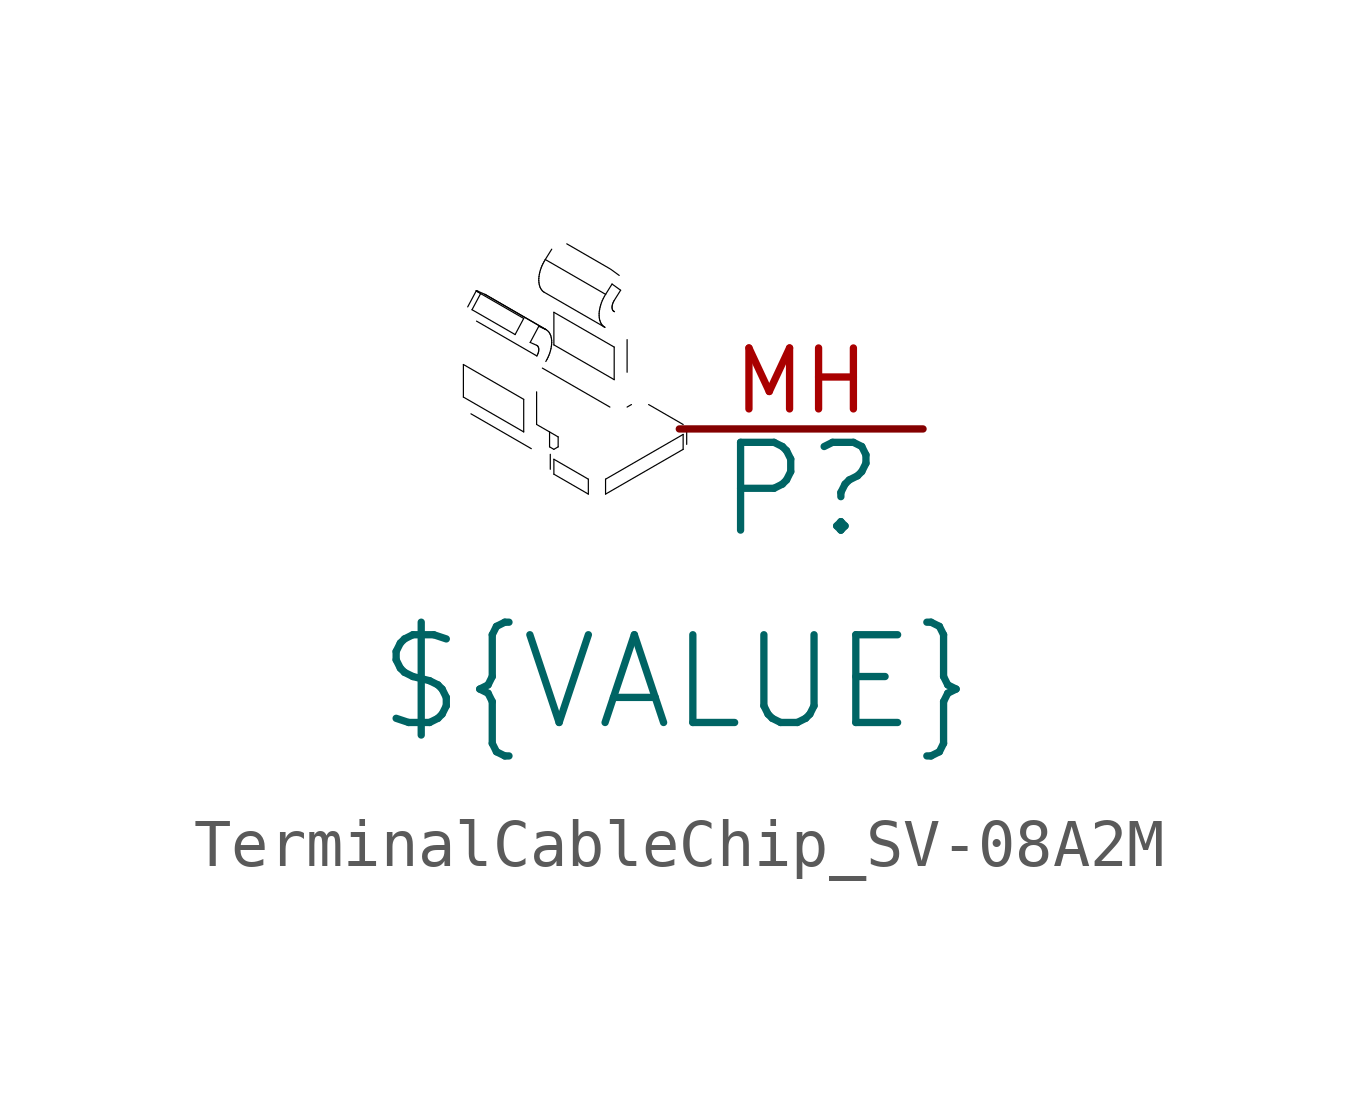
<source format=kicad_sym>
(kicad_symbol_lib
  (version 20241209)
  (generator "kicad_symbol_editor")
  (generator_version "9.0")
  (symbol "TerminalCableChip_SV-08A2M"
    (pin_names
      (hide yes))
    (property "Reference" "P"
      (at 2.54 -1.27 0)
      (effects (font (size 1.829 1.829))))
    (property "Value" "${VALUE}"
      (at -6.35 -6.35 0)
      (effects (font (size 1.829 1.829)) (justify left bottom)))
    (symbol "TerminalCableChip_SV-08A2M_1_0"
      (polyline (pts (xy -4.5 1.343) (xy -3.243 0.617)) (stroke (width 0.025) (type solid) (color 0 0 0 1)) (fill (type none)))
      (polyline (pts (xy -4.5 0.664) (xy -4.5 1.343)) (stroke (width 0.025) (type solid) (color 0 0 0 1)) (fill (type none)))
      (polyline (pts (xy -4.5 0.664) (xy -3.243 -0.062)) (stroke (width 0.025) (type solid) (color 0 0 0 1)) (fill (type none)))
      (arc (start -4.1881 2.4092) (mid -4.1921 2.3245) (end -4.2257 2.2467) (stroke (width -0.0001) (type solid) (color 0 0 0 1)) (fill (type none)))
      (polyline (pts (xy -4.342 0.315) (xy -3.085 -0.411)) (stroke (width 0.025) (type solid) (color 0 0 0 1)) (fill (type none)))
      (polyline (pts (xy -4.32 2.485) (xy -4.141 2.821)) (stroke (width 0.025) (type solid) (color 0 0 0 1)) (fill (type none)))
      (polyline (pts (xy -4.32 2.485) (xy -3.422 1.967)) (stroke (width 0.025) (type solid) (color 0 0 0 1)) (fill (type none)))
      (polyline (pts (xy -4.231 2.88) (xy -4.41 2.544)) (stroke (width 0.025) (type solid) (color 0 0 0 1)) (fill (type none)))
      (polyline (pts (xy -4.231 2.88) (xy -4.229 2.877)) (stroke (width 0.025) (type solid) (color 0 0 0 1)) (fill (type none)))
      (polyline (pts (xy -4.229 2.881) (xy -4.231 2.88)) (stroke (width 0.025) (type solid) (color 0 0 0 1)) (fill (type none)))
      (polyline (pts (xy -4.229 2.877) (xy -4.223 2.872)) (stroke (width 0.025) (type solid) (color 0 0 0 1)) (fill (type none)))
      (polyline (pts (xy -4.226 2.247) (xy -2.969 1.521)) (stroke (width 0.025) (type solid) (color 0 0 0 1)) (fill (type none)))
      (polyline (pts (xy -4.224 2.88) (xy -4.229 2.881)) (stroke (width 0.025) (type solid) (color 0 0 0 1)) (fill (type none)))
      (polyline (pts (xy -4.223 2.872) (xy -4.213 2.865)) (stroke (width 0.025) (type solid) (color 0 0 0 1)) (fill (type none)))
      (polyline (pts (xy -4.215 2.877) (xy -4.224 2.88)) (stroke (width 0.025) (type solid) (color 0 0 0 1)) (fill (type none)))
      (polyline (pts (xy -4.213 2.865) (xy -4.2 2.856)) (stroke (width 0.025) (type solid) (color 0 0 0 1)) (fill (type none)))
      (polyline (pts (xy -4.202 2.872) (xy -4.215 2.877)) (stroke (width 0.025) (type solid) (color 0 0 0 1)) (fill (type none)))
      (polyline (pts (xy -4.2 2.856) (xy -4.183 2.846)) (stroke (width 0.025) (type solid) (color 0 0 0 1)) (fill (type none)))
      (polyline (pts (xy -4.186 2.865) (xy -4.202 2.872)) (stroke (width 0.025) (type solid) (color 0 0 0 1)) (fill (type none)))
      (polyline (pts (xy -4.186 2.865) (xy -4.052 2.805)) (stroke (width 0.025) (type solid) (color 0 0 0 1)) (fill (type none)))
      (polyline (pts (xy -4.183 2.846) (xy -4.163 2.834)) (stroke (width 0.025) (type solid) (color 0 0 0 1)) (fill (type none)))
      (arc (start -4.3196 2.485) (mid -4.3669 2.5112) (end -4.4096 2.5443) (stroke (width -0.0001) (type solid) (color 0 0 0 1)) (fill (type none)))
      (polyline (pts (xy -4.163 2.834) (xy -4.141 2.821)) (stroke (width 0.025) (type solid) (color 0 0 0 1)) (fill (type none)))
      (polyline (pts (xy -4.141 2.821) (xy -3.243 2.303)) (stroke (width 0.025) (type solid) (color 0 0 0 1)) (fill (type none)))
      (arc (start -4.3416 0.315) (mid -4.4666 0.4684) (end -4.4994 0.6636) (stroke (width -0.0001) (type solid) (color 0 0 0 1)) (fill (type none)))
      (polyline (pts (xy -4.052 2.805) (xy -4.034 2.796)) (stroke (width 0.025) (type solid) (color 0 0 0 1)) (fill (type none)))
      (polyline (pts (xy -4.052 2.805) (xy -2.795 2.079)) (stroke (width 0.025) (type solid) (color 0 0 0 1)) (fill (type none)))
      (polyline (pts (xy -3.243 2.303) (xy -3.422 1.967)) (stroke (width 0.025) (type solid) (color 0 0 0 1)) (fill (type none)))
      (polyline (pts (xy -3.243 -0.062) (xy -3.243 0.617)) (stroke (width 0.025) (type solid) (color 0 0 0 1)) (fill (type none)))
      (arc (start -2.6147 1.7524) (mid -2.6759 1.5176) (end -2.8259 1.3268) (stroke (width -0.0001) (type solid) (color 0 0 0 1)) (fill (type none)))
      (arc (start -2.7891 2.8324) (mid -2.6488 2.6548) (end -2.6145 2.4311) (stroke (width -0.0001) (type solid) (color 0 0 0 1)) (fill (type none)))
      (polyline (pts (xy -2.974 0.773) (xy -2.974 0.094)) (stroke (width 0.025) (type solid) (color 0 0 0 1)) (fill (type none)))
      (polyline (pts (xy -2.974 0.093) (xy -2.525 -0.166)) (stroke (width 0.025) (type solid) (color 0 0 0 1)) (fill (type none)))
      (polyline (pts (xy -2.973 1.743) (xy -3.108 1.803)) (stroke (width 0.025) (type solid) (color 0 0 0 1)) (fill (type none)))
      (polyline (pts (xy -2.969 1.521) (xy -2.956 1.546)) (stroke (width 0.025) (type solid) (color 0 0 0 1)) (fill (type none)))
      (polyline (pts (xy -2.959 1.735) (xy -2.973 1.743)) (stroke (width 0.025) (type solid) (color 0 0 0 1)) (fill (type none)))
      (polyline (pts (xy -2.956 1.546) (xy -2.945 1.571)) (stroke (width 0.025) (type solid) (color 0 0 0 1)) (fill (type none)))
      (polyline (pts (xy -2.948 1.723) (xy -2.959 1.735)) (stroke (width 0.025) (type solid) (color 0 0 0 1)) (fill (type none)))
      (polyline (pts (xy -2.945 1.571) (xy -2.937 1.597)) (stroke (width 0.025) (type solid) (color 0 0 0 1)) (fill (type none)))
      (polyline (pts (xy -2.939 1.707) (xy -2.948 1.723)) (stroke (width 0.025) (type solid) (color 0 0 0 1)) (fill (type none)))
      (polyline (pts (xy -2.937 1.597) (xy -2.931 1.622)) (stroke (width 0.025) (type solid) (color 0 0 0 1)) (fill (type none)))
      (polyline (pts (xy -2.933 1.689) (xy -2.939 1.707)) (stroke (width 0.025) (type solid) (color 0 0 0 1)) (fill (type none)))
      (polyline (pts (xy -2.931 1.622) (xy -2.929 1.646)) (stroke (width 0.025) (type solid) (color 0 0 0 1)) (fill (type none)))
      (polyline (pts (xy -2.929 3.096) (xy -2.928 3.136)) (stroke (width 0.025) (type solid) (color 0 0 0 1)) (fill (type none)))
      (polyline (pts (xy -2.929 2.139) (xy -3.108 1.803)) (stroke (width 0.025) (type solid) (color 0 0 0 1)) (fill (type none)))
      (polyline (pts (xy -2.929 2.139) (xy -2.795 2.079)) (stroke (width 0.025) (type solid) (color 0 0 0 1)) (fill (type none)))
      (polyline (pts (xy -2.929 1.669) (xy -2.933 1.689)) (stroke (width 0.025) (type solid) (color 0 0 0 1)) (fill (type none)))
      (polyline (pts (xy -2.929 1.646) (xy -2.929 1.669)) (stroke (width 0.025) (type solid) (color 0 0 0 1)) (fill (type none)))
      (polyline (pts (xy -2.928 3.136) (xy -2.924 3.178)) (stroke (width 0.025) (type solid) (color 0 0 0 1)) (fill (type none)))
      (polyline (pts (xy -2.926 3.057) (xy -2.929 3.096)) (stroke (width 0.025) (type solid) (color 0 0 0 1)) (fill (type none)))
      (polyline (pts (xy -2.924 3.178) (xy -2.917 3.222)) (stroke (width 0.025) (type solid) (color 0 0 0 1)) (fill (type none)))
      (polyline (pts (xy -2.921 3.02) (xy -2.926 3.057)) (stroke (width 0.025) (type solid) (color 0 0 0 1)) (fill (type none)))
      (polyline (pts (xy -2.917 3.222) (xy -2.908 3.266)) (stroke (width 0.025) (type solid) (color 0 0 0 1)) (fill (type none)))
      (arc (start -2.7045 -0.3729) (mid -3.0806 -0.4024) (end -3.2429 -0.0618) (stroke (width -0.0001) (type solid) (color 0 0 0 1)) (fill (type none)))
      (polyline (pts (xy -2.913 2.986) (xy -2.921 3.02)) (stroke (width 0.025) (type solid) (color 0 0 0 1)) (fill (type none)))
      (polyline (pts (xy -2.908 3.266) (xy -2.895 3.311)) (stroke (width 0.025) (type solid) (color 0 0 0 1)) (fill (type none)))
      (polyline (pts (xy -2.902 2.954) (xy -2.913 2.986)) (stroke (width 0.025) (type solid) (color 0 0 0 1)) (fill (type none)))
      (polyline (pts (xy -2.895 3.311) (xy -2.88 3.356)) (stroke (width 0.025) (type solid) (color 0 0 0 1)) (fill (type none)))
      (polyline (pts (xy -2.888 2.925) (xy -2.902 2.954)) (stroke (width 0.025) (type solid) (color 0 0 0 1)) (fill (type none)))
      (polyline (pts (xy -2.88 3.356) (xy -2.862 3.401)) (stroke (width 0.025) (type solid) (color 0 0 0 1)) (fill (type none)))
      (polyline (pts (xy -2.871 2.9) (xy -2.888 2.925)) (stroke (width 0.025) (type solid) (color 0 0 0 1)) (fill (type none)))
      (polyline (pts (xy -2.862 3.401) (xy -2.841 3.445)) (stroke (width 0.025) (type solid) (color 0 0 0 1)) (fill (type none)))
      (polyline (pts (xy -2.854 1.268) (xy -1.447 0.456)) (stroke (width 0.025) (type solid) (color 0 0 0 1)) (fill (type none)))
      (polyline (pts (xy -2.852 2.877) (xy -2.871 2.9)) (stroke (width 0.025) (type solid) (color 0 0 0 1)) (fill (type none)))
      (polyline (pts (xy -2.841 3.445) (xy -2.818 3.488)) (stroke (width 0.025) (type solid) (color 0 0 0 1)) (fill (type none)))
      (polyline (pts (xy -2.83 2.858) (xy -2.852 2.877)) (stroke (width 0.025) (type solid) (color 0 0 0 1)) (fill (type none)))
      (polyline (pts (xy -2.818 3.488) (xy -2.793 3.531)) (stroke (width 0.025) (type solid) (color 0 0 0 1)) (fill (type none)))
      (polyline (pts (xy -2.811 2.846) (xy -2.83 2.858)) (stroke (width 0.025) (type solid) (color 0 0 0 1)) (fill (type none)))
      (polyline (pts (xy -2.811 2.846) (xy -1.554 2.12)) (stroke (width 0.025) (type solid) (color 0 0 0 1)) (fill (type none)))
      (arc (start -2.7042 -0.0621) (mid -2.8926 -0.0767) (end -2.974 0.0938) (stroke (width -0.0001) (type solid) (color 0 0 0 1)) (fill (type none)))
      (polyline (pts (xy -2.795 2.079) (xy -2.77 2.066)) (stroke (width 0.025) (type solid) (color 0 0 0 1)) (fill (type none)))
      (polyline (pts (xy -2.793 3.531) (xy -2.659 3.746)) (stroke (width 0.025) (type solid) (color 0 0 0 1)) (fill (type none)))
      (polyline (pts (xy -2.793 3.531) (xy -1.536 2.805)) (stroke (width 0.025) (type solid) (color 0 0 0 1)) (fill (type none)))
      (polyline (pts (xy -2.777 2.07) (xy -4.034 2.796)) (stroke (width 0.025) (type solid) (color 0 0 0 1)) (fill (type none)))
      (polyline (pts (xy -2.77 2.066) (xy -2.747 2.048)) (stroke (width 0.025) (type solid) (color 0 0 0 1)) (fill (type none)))
      (polyline (pts (xy -2.758 1.449) (xy -2.782 1.406)) (stroke (width 0.025) (type solid) (color 0 0 0 1)) (fill (type none)))
      (polyline (pts (xy -2.747 2.048) (xy -2.726 2.028)) (stroke (width 0.025) (type solid) (color 0 0 0 1)) (fill (type none)))
      (polyline (pts (xy -2.736 1.493) (xy -2.758 1.449)) (stroke (width 0.025) (type solid) (color 0 0 0 1)) (fill (type none)))
      (polyline (pts (xy -2.726 2.028) (xy -2.708 2.004)) (stroke (width 0.025) (type solid) (color 0 0 0 1)) (fill (type none)))
      (polyline (pts (xy -2.717 1.537) (xy -2.736 1.493)) (stroke (width 0.025) (type solid) (color 0 0 0 1)) (fill (type none)))
      (polyline (pts (xy -2.708 2.004) (xy -2.693 1.976)) (stroke (width 0.025) (type solid) (color 0 0 0 1)) (fill (type none)))
      (polyline (pts (xy -2.704 -0.373) (xy -2.704 -0.062)) (stroke (width 0.025) (type solid) (color 0 0 0 1)) (fill (type none)))
      (polyline (pts (xy -2.7 1.582) (xy -2.717 1.537)) (stroke (width 0.025) (type solid) (color 0 0 0 1)) (fill (type none)))
      (polyline (pts (xy -2.693 1.976) (xy -2.68 1.946)) (stroke (width 0.025) (type solid) (color 0 0 0 1)) (fill (type none)))
      (polyline (pts (xy -2.689 -0.529) (xy -2.689 -0.84)) (stroke (width 0.025) (type solid) (color 0 0 0 1)) (fill (type none)))
      (polyline (pts (xy -2.686 1.627) (xy -2.7 1.582)) (stroke (width 0.025) (type solid) (color 0 0 0 1)) (fill (type none)))
      (polyline (pts (xy -2.68 1.946) (xy -2.671 1.913)) (stroke (width 0.025) (type solid) (color 0 0 0 1)) (fill (type none)))
      (polyline (pts (xy -2.675 1.672) (xy -2.686 1.627)) (stroke (width 0.025) (type solid) (color 0 0 0 1)) (fill (type none)))
      (polyline (pts (xy -2.671 1.913) (xy -2.664 1.877)) (stroke (width 0.025) (type solid) (color 0 0 0 1)) (fill (type none)))
      (polyline (pts (xy -2.667 1.716) (xy -2.675 1.672)) (stroke (width 0.025) (type solid) (color 0 0 0 1)) (fill (type none)))
      (polyline (pts (xy -2.664 1.877) (xy -2.66 1.84)) (stroke (width 0.025) (type solid) (color 0 0 0 1)) (fill (type none)))
      (polyline (pts (xy -2.662 1.758) (xy -2.667 1.716)) (stroke (width 0.025) (type solid) (color 0 0 0 1)) (fill (type none)))
      (arc (start -4.4999 1.3429) (mid -4.4219 1.8127) (end -4.2259 2.2468) (stroke (width -0.0001) (type solid) (color 0 0 0 1)) (fill (type none)))
      (polyline (pts (xy -2.66 1.84) (xy -2.659 1.8)) (stroke (width 0.025) (type solid) (color 0 0 0 1)) (fill (type none)))
      (polyline (pts (xy -2.659 1.8) (xy -2.662 1.758)) (stroke (width 0.025) (type solid) (color 0 0 0 1)) (fill (type none)))
      (polyline (pts (xy -2.615 -0.425) (xy -2.704 -0.373)) (stroke (width 0.025) (type solid) (color 0 0 0 1)) (fill (type none)))
      (polyline (pts (xy -2.614 2.431) (xy -1.357 1.706)) (stroke (width 0.025) (type solid) (color 0 0 0 1)) (fill (type none)))
      (polyline (pts (xy -2.614 1.752) (xy -2.614 2.431)) (stroke (width 0.025) (type solid) (color 0 0 0 1)) (fill (type none)))
      (polyline (pts (xy -2.614 1.752) (xy -1.357 1.027)) (stroke (width 0.025) (type solid) (color 0 0 0 1)) (fill (type none)))
      (polyline (pts (xy -2.614 -0.425) (xy -2.525 -0.373)) (stroke (width 0.025) (type solid) (color 0 0 0 1)) (fill (type none)))
      (polyline (pts (xy -2.614 -0.632) (xy -2.614 -0.943)) (stroke (width 0.025) (type solid) (color 0 0 0 1)) (fill (type none)))
      (arc (start -2.6144 -0.6328) (mid -2.686 -0.529) (end -2.6144 -0.4252) (stroke (width -0.0001) (type solid) (color 0 0 0 1)) (fill (type none)))
      (arc (start -2.5246 -0.1652) (mid -2.453 -0.269) (end -2.5246 -0.3728) (stroke (width -0.0001) (type solid) (color 0 0 0 1)) (fill (type none)))
      (arc (start -2.6141 -0.9435) (mid -2.665 -0.9016) (end -2.6883 -0.84) (stroke (width -0.0001) (type solid) (color 0 0 0 1)) (fill (type none)))
      (polyline (pts (xy -2.525 -0.373) (xy -2.525 -0.166)) (stroke (width 0.025) (type solid) (color 0 0 0 1)) (fill (type none)))
      (arc (start -2.6587 3.7461) (mid -2.5236 3.8639) (end -2.3444 3.8576) (stroke (width -0.0001) (type solid) (color 0 0 0 1)) (fill (type none)))
      (polyline (pts (xy -2.345 3.858) (xy -1.447 3.339)) (stroke (width 0.025) (type solid) (color 0 0 0 1)) (fill (type none)))
      (arc (start -1.0885 1.1818) (mid -1.1798 0.781) (end -1.4022 0.4354) (stroke (width -0.0001) (type solid) (color 0 0 0 1)) (fill (type none)))
      (arc (start -1.3566 1.0263) (mid -1.4343 0.76) (end -1.626 0.5596) (stroke (width -0.0001) (type solid) (color 0 0 0 1)) (fill (type none)))
      (polyline (pts (xy -1.896 -1.047) (xy -2.614 -0.632)) (stroke (width 0.025) (type solid) (color 0 0 0 1)) (fill (type none)))
      (polyline (pts (xy -1.896 -1.358) (xy -2.614 -0.943)) (stroke (width 0.025) (type solid) (color 0 0 0 1)) (fill (type none)))
      (polyline (pts (xy -1.896 -1.358) (xy -1.896 -1.047)) (stroke (width 0.025) (type solid) (color 0 0 0 1)) (fill (type none)))
      (arc (start -1.5485 2.117) (mid -1.3948 1.9382) (end -1.3567 1.7056) (stroke (width -0.0001) (type solid) (color 0 0 0 1)) (fill (type none)))
      (arc (start -1.3621 2.4485) (mid -1.1443 2.1925) (end -1.0882 1.861) (stroke (width -0.0001) (type solid) (color 0 0 0 1)) (fill (type none)))
      (arc (start -1.5366 -1.0463) (mid -1.716 -1.09) (end -1.8954 -1.0463) (stroke (width -0.0001) (type solid) (color 0 0 0 1)) (fill (type none)))
      (arc (start -1.5366 -1.3573) (mid -1.716 -1.401) (end -1.8954 -1.3573) (stroke (width -0.0001) (type solid) (color 0 0 0 1)) (fill (type none)))
      (arc (start -2.9743 0.7733) (mid -2.9201 1.1024) (end -2.7825 1.4062) (stroke (width -0.0001) (type solid) (color 0 0 0 1)) (fill (type none)))
      (polyline (pts (xy -1.671 2.411) (xy -1.667 2.453)) (stroke (width 0.025) (type solid) (color 0 0 0 1)) (fill (type none)))
      (polyline (pts (xy -1.671 2.37) (xy -1.671 2.411)) (stroke (width 0.025) (type solid) (color 0 0 0 1)) (fill (type none)))
      (polyline (pts (xy -1.669 2.331) (xy -1.671 2.37)) (stroke (width 0.025) (type solid) (color 0 0 0 1)) (fill (type none)))
      (polyline (pts (xy -1.667 2.453) (xy -1.66 2.496)) (stroke (width 0.025) (type solid) (color 0 0 0 1)) (fill (type none)))
      (polyline (pts (xy -1.664 2.294) (xy -1.669 2.331)) (stroke (width 0.025) (type solid) (color 0 0 0 1)) (fill (type none)))
      (polyline (pts (xy -1.66 2.496) (xy -1.65 2.54)) (stroke (width 0.025) (type solid) (color 0 0 0 1)) (fill (type none)))
      (polyline (pts (xy -1.656 2.26) (xy -1.664 2.294)) (stroke (width 0.025) (type solid) (color 0 0 0 1)) (fill (type none)))
      (polyline (pts (xy -1.65 2.54) (xy -1.638 2.585)) (stroke (width 0.025) (type solid) (color 0 0 0 1)) (fill (type none)))
      (polyline (pts (xy -1.644 2.228) (xy -1.656 2.26)) (stroke (width 0.025) (type solid) (color 0 0 0 1)) (fill (type none)))
      (polyline (pts (xy -1.638 2.585) (xy -1.623 2.63)) (stroke (width 0.025) (type solid) (color 0 0 0 1)) (fill (type none)))
      (polyline (pts (xy -1.631 2.2) (xy -1.644 2.228)) (stroke (width 0.025) (type solid) (color 0 0 0 1)) (fill (type none)))
      (polyline (pts (xy -1.623 2.63) (xy -1.605 2.675)) (stroke (width 0.025) (type solid) (color 0 0 0 1)) (fill (type none)))
      (polyline (pts (xy -1.614 2.174) (xy -1.631 2.2)) (stroke (width 0.025) (type solid) (color 0 0 0 1)) (fill (type none)))
      (polyline (pts (xy -1.605 2.675) (xy -1.584 2.719)) (stroke (width 0.025) (type solid) (color 0 0 0 1)) (fill (type none)))
      (polyline (pts (xy -1.595 2.152) (xy -1.614 2.174)) (stroke (width 0.025) (type solid) (color 0 0 0 1)) (fill (type none)))
      (polyline (pts (xy -1.584 2.719) (xy -1.561 2.763)) (stroke (width 0.025) (type solid) (color 0 0 0 1)) (fill (type none)))
      (arc (start -1.4472 3.3396) (mid -1.3572 3.1896) (end -1.4019 3.0204) (stroke (width -0.0001) (type solid) (color 0 0 0 1)) (fill (type none)))
      (polyline (pts (xy -1.573 2.133) (xy -1.595 2.152)) (stroke (width 0.025) (type solid) (color 0 0 0 1)) (fill (type none)))
      (polyline (pts (xy -1.561 2.763) (xy -1.536 2.805)) (stroke (width 0.025) (type solid) (color 0 0 0 1)) (fill (type none)))
      (polyline (pts (xy -1.549 2.117) (xy -1.573 2.133)) (stroke (width 0.025) (type solid) (color 0 0 0 1)) (fill (type none)))
      (polyline (pts (xy -1.537 -1.047) (xy -1.537 -1.358)) (stroke (width 0.025) (type solid) (color 0 0 0 1)) (fill (type none)))
      (polyline (pts (xy -1.536 2.805) (xy -1.402 3.02)) (stroke (width 0.025) (type solid) (color 0 0 0 1)) (fill (type none)))
      (arc (start -1.254 3.1998) (mid -1.1781 3.0513) (end -1.2237 2.8908) (stroke (width -0.0001) (type solid) (color 0 0 0 1)) (fill (type none)))
      (arc (start -3.2429 0.6179) (mid -3.1649 1.0877) (end -2.9689 1.5218) (stroke (width -0.0001) (type solid) (color 0 0 0 1)) (fill (type none)))
      (polyline (pts (xy -1.402 2.528) (xy -1.399 2.506)) (stroke (width 0.025) (type solid) (color 0 0 0 1)) (fill (type none)))
      (polyline (pts (xy -1.401 2.551) (xy -1.402 2.528)) (stroke (width 0.025) (type solid) (color 0 0 0 1)) (fill (type none)))
      (polyline (pts (xy -1.399 2.506) (xy -1.394 2.487)) (stroke (width 0.025) (type solid) (color 0 0 0 1)) (fill (type none)))
      (polyline (pts (xy -1.398 2.575) (xy -1.401 2.551)) (stroke (width 0.025) (type solid) (color 0 0 0 1)) (fill (type none)))
      (polyline (pts (xy -1.394 2.487) (xy -1.386 2.471)) (stroke (width 0.025) (type solid) (color 0 0 0 1)) (fill (type none)))
      (polyline (pts (xy -1.392 2.6) (xy -1.398 2.575)) (stroke (width 0.025) (type solid) (color 0 0 0 1)) (fill (type none)))
      (polyline (pts (xy -1.386 2.471) (xy -1.375 2.459)) (stroke (width 0.025) (type solid) (color 0 0 0 1)) (fill (type none)))
      (polyline (pts (xy -1.383 2.626) (xy -1.392 2.6)) (stroke (width 0.025) (type solid) (color 0 0 0 1)) (fill (type none)))
      (polyline (pts (xy -1.375 2.459) (xy -1.362 2.449)) (stroke (width 0.025) (type solid) (color 0 0 0 1)) (fill (type none)))
      (arc (start -3.108 1.8034) (mid -3.2668 1.8818) (end -3.422 1.967) (stroke (width -0.0001) (type solid) (color 0 0 0 1)) (fill (type none)))
      (polyline (pts (xy -1.371 2.651) (xy -1.383 2.626)) (stroke (width 0.025) (type solid) (color 0 0 0 1)) (fill (type none)))
      (polyline (pts (xy -1.365 2.451) (xy -1.362 2.449)) (stroke (width 0.025) (type solid) (color 0 0 0 1)) (fill (type none)))
      (polyline (pts (xy -1.358 2.676) (xy -1.371 2.651)) (stroke (width 0.025) (type solid) (color 0 0 0 1)) (fill (type none)))
      (polyline (pts (xy -1.357 1.027) (xy -1.357 1.706)) (stroke (width 0.025) (type solid) (color 0 0 0 1)) (fill (type none)))
      (polyline (pts (xy -1.351 2.443) (xy -1.368 2.453)) (stroke (width 0.025) (type solid) (color 0 0 0 1)) (fill (type none)))
      (arc (start -1.0876 0.4567) (mid -1.267 0.413) (end -1.4464 0.4567) (stroke (width -0.0001) (type solid) (color 0 0 0 1)) (fill (type none)))
      (polyline (pts (xy -1.253 3.2) (xy -1.432 3.33)) (stroke (width 0.025) (type solid) (color 0 0 0 1)) (fill (type none)))
      (polyline (pts (xy -1.223 2.891) (xy -1.402 3.02)) (stroke (width 0.025) (type solid) (color 0 0 0 1)) (fill (type none)))
      (polyline (pts (xy -1.223 2.891) (xy -1.358 2.676)) (stroke (width 0.025) (type solid) (color 0 0 0 1)) (fill (type none)))
      (arc (start -2.929 2.1394) (mid -3.0878 2.2178) (end -3.243 2.303) (stroke (width -0.0001) (type solid) (color 0 0 0 1)) (fill (type none)))
      (polyline (pts (xy -1.088 1.861) (xy -1.088 1.182)) (stroke (width 0.025) (type solid) (color 0 0 0 1)) (fill (type none)))
      (polyline (pts (xy -1.088 0.456) (xy -0.998 0.508)) (stroke (width 0.025) (type solid) (color 0 0 0 1)) (fill (type none)))
      (arc (start -0.9974 0.5073) (mid -0.818 0.551) (end -0.6386 0.5073) (stroke (width -0.0001) (type solid) (color 0 0 0 1)) (fill (type none)))
      (polyline (pts (xy -0.639 0.508) (xy 0.08 0.093)) (stroke (width 0.025) (type solid) (color 0 0 0 1)) (fill (type none)))
      (arc (start 0.1533 -0.321) (mid 0.13 -0.3826) (end 0.0791 -0.4245) (stroke (width -0.0001) (type solid) (color 0 0 0 1)) (fill (type none)))
      (arc (start 0.0794 0.0938) (mid 0.151 -0.01) (end 0.0794 -0.1138) (stroke (width -0.0001) (type solid) (color 0 0 0 1)) (fill (type none)))
      (polyline (pts (xy 0.08 -0.114) (xy -1.537 -1.047)) (stroke (width 0.025) (type solid) (color 0 0 0 1)) (fill (type none)))
      (polyline (pts (xy 0.08 -0.425) (xy -1.537 -1.358)) (stroke (width 0.025) (type solid) (color 0 0 0 1)) (fill (type none)))
      (polyline (pts (xy 0.08 -0.425) (xy 0.08 -0.114)) (stroke (width 0.025) (type solid) (color 0 0 0 1)) (fill (type none)))
      (polyline (pts (xy 0.154 -0.321) (xy 0.154 -0.01)) (stroke (width 0.025) (type solid) (color 0 0 0 1)) (fill (type none)))
      (pin passive line (at 5.08 0 180) (length 5.08) (name "MH" (effects (font (size 1.27 1.27)))) (number "MH" (effects (font (size 1.27 1.27))))))))
</source>
